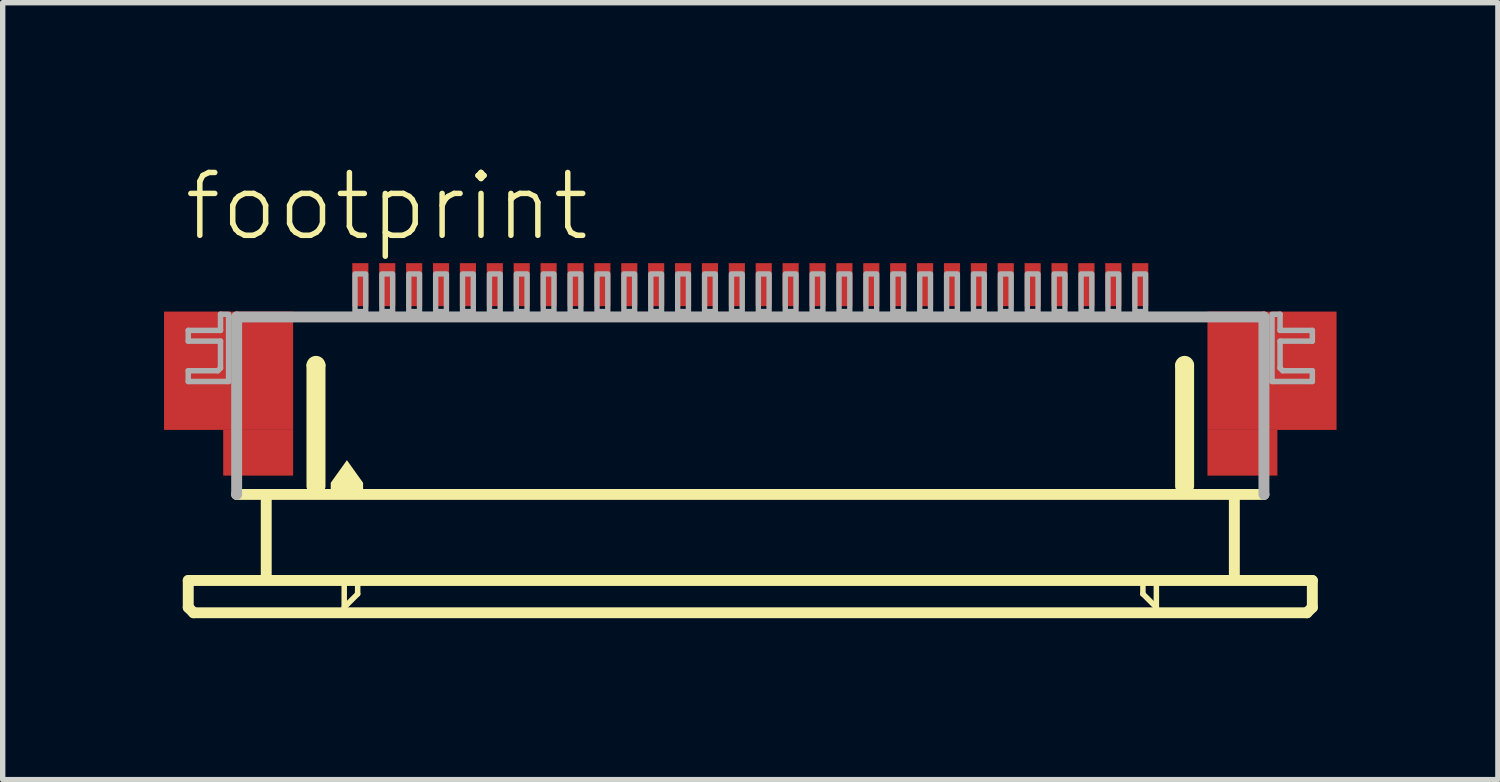
<source format=kicad_pcb>
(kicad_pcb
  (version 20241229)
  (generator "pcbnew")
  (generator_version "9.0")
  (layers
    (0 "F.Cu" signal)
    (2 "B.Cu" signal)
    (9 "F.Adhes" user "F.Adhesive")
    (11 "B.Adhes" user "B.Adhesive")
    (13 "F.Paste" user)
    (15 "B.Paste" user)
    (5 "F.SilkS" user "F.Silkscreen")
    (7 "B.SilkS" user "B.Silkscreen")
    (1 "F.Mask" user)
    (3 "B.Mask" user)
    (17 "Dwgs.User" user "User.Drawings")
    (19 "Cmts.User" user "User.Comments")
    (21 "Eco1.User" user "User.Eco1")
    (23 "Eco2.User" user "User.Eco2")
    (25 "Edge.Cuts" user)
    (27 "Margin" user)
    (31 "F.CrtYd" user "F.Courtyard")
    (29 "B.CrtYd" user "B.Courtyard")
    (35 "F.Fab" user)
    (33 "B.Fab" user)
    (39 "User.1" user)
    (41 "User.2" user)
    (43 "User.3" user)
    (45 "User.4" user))
  (footprint "footprint"
    (layer "F.Cu")
    (at 10.9 4.743)
    (property "Reference" "footprint" (at -10.58 -3.27 0) (layer "F.SilkS") (effects (font (size 1.168 1.168) (thickness 0.102)) (justify left bottom)))
    (fp_poly (pts (xy -10.9 0.2) (xy -8.5 0.2) (xy -8.5 -2) (xy -10.9 -2)) (stroke (width 0) (type solid)) (fill yes) (layer "F.Cu"))
    (fp_poly (pts (xy -9.8 1.05) (xy -8.5 1.05) (xy -8.5 0.2) (xy -9.8 0.2)) (stroke (width 0) (type solid)) (fill yes) (layer "F.Cu"))
    (fp_poly (pts (xy 8.5 0.2) (xy 10.9 0.2) (xy 10.9 -2) (xy 8.5 -2)) (stroke (width 0) (type solid)) (fill yes) (layer "F.Cu"))
    (fp_poly (pts (xy 8.5 1.05) (xy 9.8 1.05) (xy 9.8 0.2) (xy 8.5 0.2)) (stroke (width 0) (type solid)) (fill yes) (layer "F.Cu"))
    (fp_poly (pts (xy -10.9 0.2) (xy -9.75 0.2) (xy -9.75 -2) (xy -10.9 -2)) (stroke (width 0) (type solid)) (fill yes) (layer "F.Mask"))
    (fp_poly (pts (xy -9.8 1.05) (xy -8.5 1.05) (xy -8.5 -2) (xy -9.8 -2)) (stroke (width 0) (type solid)) (fill yes) (layer "F.Mask"))
    (fp_poly (pts (xy 9.8 -2) (xy 8.5 -2) (xy 8.5 1.05) (xy 9.8 1.05)) (stroke (width 0) (type solid)) (fill yes) (layer "F.Mask"))
    (fp_poly (pts (xy 10.9 -2) (xy 9.75 -2) (xy 9.75 0.2) (xy 10.9 0.2)) (stroke (width 0) (type solid)) (fill yes) (layer "F.Mask"))
    (fp_line (start -10.45 3) (end -10.45 3.5) (stroke (width 0.203) (type solid)) (layer "F.SilkS"))
    (fp_line (start -10.45 3.5) (end -10.35 3.6) (stroke (width 0.203) (type solid)) (layer "F.SilkS"))
    (fp_line (start -10.35 3.6) (end 10.35 3.6) (stroke (width 0.203) (type solid)) (layer "F.SilkS"))
    (fp_line (start -9 1.5) (end -9 2.9) (stroke (width 0.203) (type solid)) (layer "F.SilkS"))
    (fp_line (start -8.15 1.25) (end -8.15 -1) (stroke (width 0.203) (type solid)) (layer "F.SilkS"))
    (fp_line (start -8 -1) (end -8 1.25) (stroke (width 0.203) (type solid)) (layer "F.SilkS"))
    (fp_line (start -7.55 3.1) (end -7.55 3.5) (stroke (width 0.102) (type solid)) (layer "F.SilkS"))
    (fp_line (start -7.55 3.5) (end -7.3 3.25) (stroke (width 0.102) (type solid)) (layer "F.SilkS"))
    (fp_line (start -7.3 3.25) (end -7.3 3.1) (stroke (width 0.102) (type solid)) (layer "F.SilkS"))
    (fp_line (start 7.3 3.1) (end 7.3 3.25) (stroke (width 0.102) (type solid)) (layer "F.SilkS"))
    (fp_line (start 7.3 3.25) (end 7.55 3.5) (stroke (width 0.102) (type solid)) (layer "F.SilkS"))
    (fp_line (start 7.55 3.5) (end 7.55 3.1) (stroke (width 0.102) (type solid)) (layer "F.SilkS"))
    (fp_line (start 8 1.25) (end 8 -1) (stroke (width 0.203) (type solid)) (layer "F.SilkS"))
    (fp_line (start 8.15 -1) (end 8.15 1.25) (stroke (width 0.203) (type solid)) (layer "F.SilkS"))
    (fp_line (start 9 1.5) (end 9 2.9) (stroke (width 0.203) (type solid)) (layer "F.SilkS"))
    (fp_line (start 9.55 1.4) (end -9.55 1.4) (stroke (width 0.203) (type solid)) (layer "F.SilkS"))
    (fp_line (start 10.35 3.6) (end 10.45 3.5) (stroke (width 0.203) (type solid)) (layer "F.SilkS"))
    (fp_line (start 10.45 3) (end -10.45 3) (stroke (width 0.203) (type solid)) (layer "F.SilkS"))
    (fp_line (start 10.45 3.5) (end 10.45 3) (stroke (width 0.203) (type solid)) (layer "F.SilkS"))
    (fp_arc (start -8.15 -1) (mid -8.075 -1.075) (end -8 -1) (stroke (width 0.2032) (type solid)) (layer "F.SilkS"))
    (fp_arc (start 8 -1) (mid 8.075 -1.075) (end 8.15 -1) (stroke (width 0.2032) (type solid)) (layer "F.SilkS"))
    (fp_poly (pts (xy -7.199 1.184) (xy -7.199 1.301) (xy -7.801 1.301) (xy -7.801 1.184) (xy -7.5 0.763)) (stroke (width 0) (type solid)) (fill yes) (layer "F.SilkS"))
    (fp_poly (pts (xy -10.7 0.05) (xy -8.7 0.05) (xy -8.7 -1.85) (xy -10.7 -1.85)) (stroke (width 0) (type solid)) (fill yes) (layer "F.Paste"))
    (fp_poly (pts (xy 10.7 -1.85) (xy 8.7 -1.85) (xy 8.7 0.05) (xy 10.7 0.05)) (stroke (width 0) (type solid)) (fill yes) (layer "F.Paste"))
    (fp_line (start -10.45 -1.65) (end -10.45 -1.45) (stroke (width 0.102) (type solid)) (layer "F.Fab"))
    (fp_line (start -10.45 -1.45) (end -9.85 -1.45) (stroke (width 0.102) (type solid)) (layer "F.Fab"))
    (fp_line (start -10.45 -0.9) (end -10.45 -0.7) (stroke (width 0.102) (type solid)) (layer "F.Fab"))
    (fp_line (start -10.45 -0.7) (end -9.7 -0.7) (stroke (width 0.102) (type solid)) (layer "F.Fab"))
    (fp_line (start -9.9 -0.9) (end -10.45 -0.9) (stroke (width 0.102) (type solid)) (layer "F.Fab"))
    (fp_line (start -9.85 -1.95) (end -9.85 -1.65) (stroke (width 0.102) (type solid)) (layer "F.Fab"))
    (fp_line (start -9.85 -1.65) (end -10.45 -1.65) (stroke (width 0.102) (type solid)) (layer "F.Fab"))
    (fp_line (start -9.85 -1.45) (end -9.85 -0.95) (stroke (width 0.102) (type solid)) (layer "F.Fab"))
    (fp_line (start -9.85 -0.95) (end -9.9 -0.9) (stroke (width 0.102) (type solid)) (layer "F.Fab"))
    (fp_line (start -9.7 -1.95) (end -9.85 -1.95) (stroke (width 0.102) (type solid)) (layer "F.Fab"))
    (fp_line (start -9.7 -0.7) (end -9.7 -1.9) (stroke (width 0.102) (type solid)) (layer "F.Fab"))
    (fp_line (start -9.55 -1.9) (end 9.55 -1.9) (stroke (width 0.203) (type solid)) (layer "F.Fab"))
    (fp_line (start -9.55 1.4) (end -9.55 -1.9) (stroke (width 0.203) (type solid)) (layer "F.Fab"))
    (fp_line (start 9.55 -1.9) (end 9.55 1.4) (stroke (width 0.203) (type solid)) (layer "F.Fab"))
    (fp_line (start 9.7 -1.95) (end 9.85 -1.95) (stroke (width 0.102) (type solid)) (layer "F.Fab"))
    (fp_line (start 9.7 -0.7) (end 9.7 -1.9) (stroke (width 0.102) (type solid)) (layer "F.Fab"))
    (fp_line (start 9.85 -1.95) (end 9.85 -1.65) (stroke (width 0.102) (type solid)) (layer "F.Fab"))
    (fp_line (start 9.85 -1.65) (end 10.45 -1.65) (stroke (width 0.102) (type solid)) (layer "F.Fab"))
    (fp_line (start 9.85 -1.45) (end 9.85 -0.95) (stroke (width 0.102) (type solid)) (layer "F.Fab"))
    (fp_line (start 9.85 -0.95) (end 9.9 -0.9) (stroke (width 0.102) (type solid)) (layer "F.Fab"))
    (fp_line (start 9.9 -0.9) (end 10.45 -0.9) (stroke (width 0.102) (type solid)) (layer "F.Fab"))
    (fp_line (start 10.45 -1.65) (end 10.45 -1.45) (stroke (width 0.102) (type solid)) (layer "F.Fab"))
    (fp_line (start 10.45 -1.45) (end 9.85 -1.45) (stroke (width 0.102) (type solid)) (layer "F.Fab"))
    (fp_line (start 10.45 -0.9) (end 10.45 -0.7) (stroke (width 0.102) (type solid)) (layer "F.Fab"))
    (fp_line (start 10.45 -0.7) (end 9.7 -0.7) (stroke (width 0.102) (type solid)) (layer "F.Fab"))
    (fp_poly (pts (xy -7.35 -2) (xy -7.15 -2) (xy -7.15 -2.7) (xy -7.35 -2.7)) (stroke (width 0.1) (type solid)) (fill no) (layer "F.Fab"))
    (fp_poly (pts (xy -6.85 -2) (xy -6.65 -2) (xy -6.65 -2.7) (xy -6.85 -2.7)) (stroke (width 0.1) (type solid)) (fill no) (layer "F.Fab"))
    (fp_poly (pts (xy -6.35 -2) (xy -6.15 -2) (xy -6.15 -2.7) (xy -6.35 -2.7)) (stroke (width 0.1) (type solid)) (fill no) (layer "F.Fab"))
    (fp_poly (pts (xy -5.85 -2) (xy -5.65 -2) (xy -5.65 -2.7) (xy -5.85 -2.7)) (stroke (width 0.1) (type solid)) (fill no) (layer "F.Fab"))
    (fp_poly (pts (xy -5.35 -2) (xy -5.15 -2) (xy -5.15 -2.7) (xy -5.35 -2.7)) (stroke (width 0.1) (type solid)) (fill no) (layer "F.Fab"))
    (fp_poly (pts (xy -4.85 -2) (xy -4.65 -2) (xy -4.65 -2.7) (xy -4.85 -2.7)) (stroke (width 0.1) (type solid)) (fill no) (layer "F.Fab"))
    (fp_poly (pts (xy -4.35 -2) (xy -4.15 -2) (xy -4.15 -2.7) (xy -4.35 -2.7)) (stroke (width 0.1) (type solid)) (fill no) (layer "F.Fab"))
    (fp_poly (pts (xy -3.85 -2) (xy -3.65 -2) (xy -3.65 -2.7) (xy -3.85 -2.7)) (stroke (width 0.1) (type solid)) (fill no) (layer "F.Fab"))
    (fp_poly (pts (xy -3.35 -2) (xy -3.15 -2) (xy -3.15 -2.7) (xy -3.35 -2.7)) (stroke (width 0.1) (type solid)) (fill no) (layer "F.Fab"))
    (fp_poly (pts (xy -2.85 -2) (xy -2.65 -2) (xy -2.65 -2.7) (xy -2.85 -2.7)) (stroke (width 0.1) (type solid)) (fill no) (layer "F.Fab"))
    (fp_poly (pts (xy -2.35 -2) (xy -2.15 -2) (xy -2.15 -2.7) (xy -2.35 -2.7)) (stroke (width 0.1) (type solid)) (fill no) (layer "F.Fab"))
    (fp_poly (pts (xy -1.85 -2) (xy -1.65 -2) (xy -1.65 -2.7) (xy -1.85 -2.7)) (stroke (width 0.1) (type solid)) (fill no) (layer "F.Fab"))
    (fp_poly (pts (xy -1.35 -2) (xy -1.15 -2) (xy -1.15 -2.7) (xy -1.35 -2.7)) (stroke (width 0.1) (type solid)) (fill no) (layer "F.Fab"))
    (fp_poly (pts (xy -0.85 -2) (xy -0.65 -2) (xy -0.65 -2.7) (xy -0.85 -2.7)) (stroke (width 0.1) (type solid)) (fill no) (layer "F.Fab"))
    (fp_poly (pts (xy -0.35 -2) (xy -0.15 -2) (xy -0.15 -2.7) (xy -0.35 -2.7)) (stroke (width 0.1) (type solid)) (fill no) (layer "F.Fab"))
    (fp_poly (pts (xy 0.15 -2) (xy 0.35 -2) (xy 0.35 -2.7) (xy 0.15 -2.7)) (stroke (width 0.1) (type solid)) (fill no) (layer "F.Fab"))
    (fp_poly (pts (xy 0.65 -2) (xy 0.85 -2) (xy 0.85 -2.7) (xy 0.65 -2.7)) (stroke (width 0.1) (type solid)) (fill no) (layer "F.Fab"))
    (fp_poly (pts (xy 1.15 -2) (xy 1.35 -2) (xy 1.35 -2.7) (xy 1.15 -2.7)) (stroke (width 0.1) (type solid)) (fill no) (layer "F.Fab"))
    (fp_poly (pts (xy 1.65 -2) (xy 1.85 -2) (xy 1.85 -2.7) (xy 1.65 -2.7)) (stroke (width 0.1) (type solid)) (fill no) (layer "F.Fab"))
    (fp_poly (pts (xy 2.15 -2) (xy 2.35 -2) (xy 2.35 -2.7) (xy 2.15 -2.7)) (stroke (width 0.1) (type solid)) (fill no) (layer "F.Fab"))
    (fp_poly (pts (xy 2.65 -2) (xy 2.85 -2) (xy 2.85 -2.7) (xy 2.65 -2.7)) (stroke (width 0.1) (type solid)) (fill no) (layer "F.Fab"))
    (fp_poly (pts (xy 3.15 -2) (xy 3.35 -2) (xy 3.35 -2.7) (xy 3.15 -2.7)) (stroke (width 0.1) (type solid)) (fill no) (layer "F.Fab"))
    (fp_poly (pts (xy 3.65 -2) (xy 3.85 -2) (xy 3.85 -2.7) (xy 3.65 -2.7)) (stroke (width 0.1) (type solid)) (fill no) (layer "F.Fab"))
    (fp_poly (pts (xy 4.15 -2) (xy 4.35 -2) (xy 4.35 -2.7) (xy 4.15 -2.7)) (stroke (width 0.1) (type solid)) (fill no) (layer "F.Fab"))
    (fp_poly (pts (xy 4.65 -2) (xy 4.85 -2) (xy 4.85 -2.7) (xy 4.65 -2.7)) (stroke (width 0.1) (type solid)) (fill no) (layer "F.Fab"))
    (fp_poly (pts (xy 5.15 -2) (xy 5.35 -2) (xy 5.35 -2.7) (xy 5.15 -2.7)) (stroke (width 0.1) (type solid)) (fill no) (layer "F.Fab"))
    (fp_poly (pts (xy 5.65 -2) (xy 5.85 -2) (xy 5.85 -2.7) (xy 5.65 -2.7)) (stroke (width 0.1) (type solid)) (fill no) (layer "F.Fab"))
    (fp_poly (pts (xy 6.15 -2) (xy 6.35 -2) (xy 6.35 -2.7) (xy 6.15 -2.7)) (stroke (width 0.1) (type solid)) (fill no) (layer "F.Fab"))
    (fp_poly (pts (xy 6.65 -2) (xy 6.85 -2) (xy 6.85 -2.7) (xy 6.65 -2.7)) (stroke (width 0.1) (type solid)) (fill no) (layer "F.Fab"))
    (fp_poly (pts (xy 7.15 -2) (xy 7.35 -2) (xy 7.35 -2.7) (xy 7.15 -2.7)) (stroke (width 0.1) (type solid)) (fill no) (layer "F.Fab"))
    (pad "1" smd rect (at -7.25 -2.5) (size 0.3 0.8) (layers "F.Cu" "F.Mask" "F.Paste"))
    (pad "2" smd rect (at -6.75 -2.5) (size 0.3 0.8) (layers "F.Cu" "F.Mask" "F.Paste"))
    (pad "3" smd rect (at -6.25 -2.5) (size 0.3 0.8) (layers "F.Cu" "F.Mask" "F.Paste"))
    (pad "4" smd rect (at -5.75 -2.5) (size 0.3 0.8) (layers "F.Cu" "F.Mask" "F.Paste"))
    (pad "5" smd rect (at -5.25 -2.5) (size 0.3 0.8) (layers "F.Cu" "F.Mask" "F.Paste"))
    (pad "6" smd rect (at -4.75 -2.5) (size 0.3 0.8) (layers "F.Cu" "F.Mask" "F.Paste"))
    (pad "7" smd rect (at -4.25 -2.5) (size 0.3 0.8) (layers "F.Cu" "F.Mask" "F.Paste"))
    (pad "8" smd rect (at -3.75 -2.5) (size 0.3 0.8) (layers "F.Cu" "F.Mask" "F.Paste"))
    (pad "9" smd rect (at -3.25 -2.5) (size 0.3 0.8) (layers "F.Cu" "F.Mask" "F.Paste"))
    (pad "10" smd rect (at -2.75 -2.5) (size 0.3 0.8) (layers "F.Cu" "F.Mask" "F.Paste"))
    (pad "11" smd rect (at -2.25 -2.5) (size 0.3 0.8) (layers "F.Cu" "F.Mask" "F.Paste"))
    (pad "12" smd rect (at -1.75 -2.5) (size 0.3 0.8) (layers "F.Cu" "F.Mask" "F.Paste"))
    (pad "13" smd rect (at -1.25 -2.5) (size 0.3 0.8) (layers "F.Cu" "F.Mask" "F.Paste"))
    (pad "14" smd rect (at -0.75 -2.5) (size 0.3 0.8) (layers "F.Cu" "F.Mask" "F.Paste"))
    (pad "15" smd rect (at -0.25 -2.5) (size 0.3 0.8) (layers "F.Cu" "F.Mask" "F.Paste"))
    (pad "16" smd rect (at 0.25 -2.5) (size 0.3 0.8) (layers "F.Cu" "F.Mask" "F.Paste"))
    (pad "17" smd rect (at 0.75 -2.5) (size 0.3 0.8) (layers "F.Cu" "F.Mask" "F.Paste"))
    (pad "18" smd rect (at 1.25 -2.5) (size 0.3 0.8) (layers "F.Cu" "F.Mask" "F.Paste"))
    (pad "19" smd rect (at 1.75 -2.5) (size 0.3 0.8) (layers "F.Cu" "F.Mask" "F.Paste"))
    (pad "20" smd rect (at 2.25 -2.5) (size 0.3 0.8) (layers "F.Cu" "F.Mask" "F.Paste"))
    (pad "21" smd rect (at 2.75 -2.5) (size 0.3 0.8) (layers "F.Cu" "F.Mask" "F.Paste"))
    (pad "22" smd rect (at 3.25 -2.5) (size 0.3 0.8) (layers "F.Cu" "F.Mask" "F.Paste"))
    (pad "23" smd rect (at 3.75 -2.5) (size 0.3 0.8) (layers "F.Cu" "F.Mask" "F.Paste"))
    (pad "24" smd rect (at 4.25 -2.5) (size 0.3 0.8) (layers "F.Cu" "F.Mask" "F.Paste"))
    (pad "25" smd rect (at 4.75 -2.5) (size 0.3 0.8) (layers "F.Cu" "F.Mask" "F.Paste"))
    (pad "26" smd rect (at 5.25 -2.5) (size 0.3 0.8) (layers "F.Cu" "F.Mask" "F.Paste"))
    (pad "27" smd rect (at 5.75 -2.5) (size 0.3 0.8) (layers "F.Cu" "F.Mask" "F.Paste"))
    (pad "28" smd rect (at 6.25 -2.5) (size 0.3 0.8) (layers "F.Cu" "F.Mask" "F.Paste"))
    (pad "29" smd rect (at 6.75 -2.5) (size 0.3 0.8) (layers "F.Cu" "F.Mask" "F.Paste"))
    (pad "30" smd rect (at 7.25 -2.5) (size 0.3 0.8) (layers "F.Cu" "F.Mask" "F.Paste")))
  (gr_rect
    (start -3 -3)
    (end 24.8 11.445)
    (stroke (width 0.1) (type default))
    (fill no)
    (layer "Edge.Cuts")))
</source>
